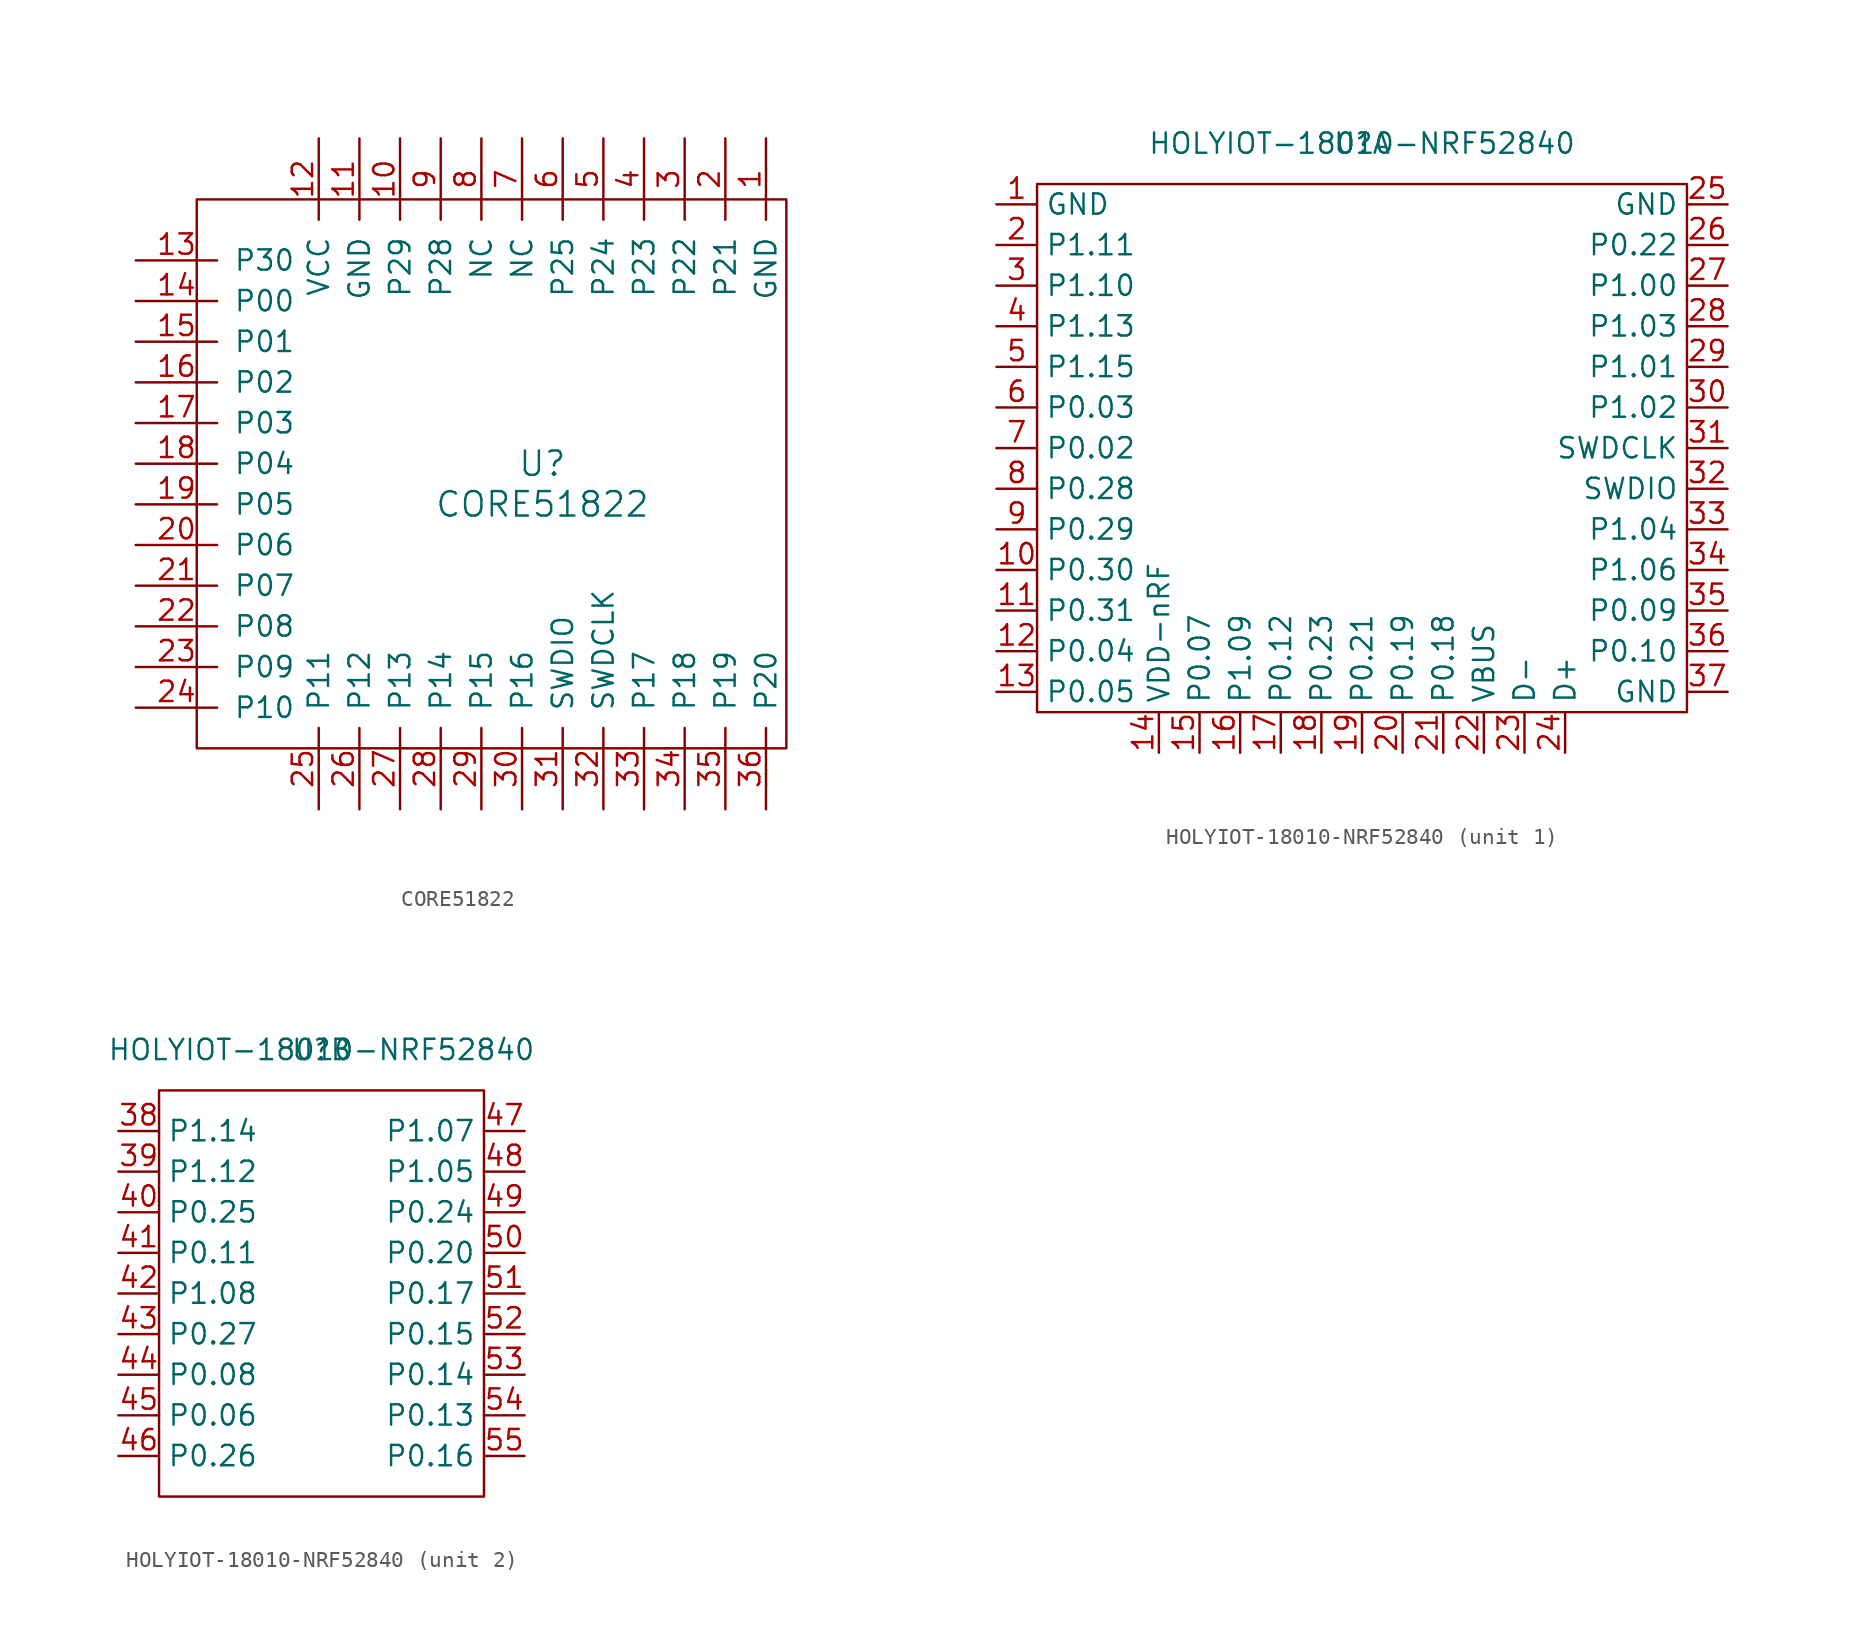
<source format=kicad_sym>
(kicad_symbol_lib
  (version 20201005)
  (generator kicad_symbol_editor)
  (symbol "blackwing:CORE51822"
    (pin_names
      (offset 1.016))
    (property "Reference" "U"
      (at 15.24 -17.78 0)
      (effects (font (size 1.524 1.524))))
    (property "Value" "CORE51822"
      (at 15.24 -20.32 0)
      (effects (font (size 1.524 1.524))))
    (symbol "CORE51822_0_1"
      (rectangle (start 30.48 -1.27) (end -6.35 -35.56) (stroke (width 0)) (fill (type none))))
    (symbol "CORE51822_1_1"
      (pin power_in line (at 29.21 2.54 270) (length 5.08) (name "GND" (effects (font (size 1.27 1.27)))) (number "1" (effects (font (size 1.27 1.27)))))
      (pin bidirectional line (at 6.35 2.54 270) (length 5.08) (name "P29" (effects (font (size 1.27 1.27)))) (number "10" (effects (font (size 1.27 1.27)))))
      (pin power_in line (at 3.81 2.54 270) (length 5.08) (name "GND" (effects (font (size 1.27 1.27)))) (number "11" (effects (font (size 1.27 1.27)))))
      (pin power_in line (at 1.27 2.54 270) (length 5.08) (name "VCC" (effects (font (size 1.27 1.27)))) (number "12" (effects (font (size 1.27 1.27)))))
      (pin bidirectional line (at -10.16 -5.08 0) (length 5.08) (name "P30" (effects (font (size 1.27 1.27)))) (number "13" (effects (font (size 1.27 1.27)))))
      (pin bidirectional line (at -10.16 -7.62 0) (length 5.08) (name "P00" (effects (font (size 1.27 1.27)))) (number "14" (effects (font (size 1.27 1.27)))))
      (pin bidirectional line (at -10.16 -10.16 0) (length 5.08) (name "P01" (effects (font (size 1.27 1.27)))) (number "15" (effects (font (size 1.27 1.27)))))
      (pin bidirectional line (at -10.16 -12.7 0) (length 5.08) (name "P02" (effects (font (size 1.27 1.27)))) (number "16" (effects (font (size 1.27 1.27)))))
      (pin bidirectional line (at -10.16 -15.24 0) (length 5.08) (name "P03" (effects (font (size 1.27 1.27)))) (number "17" (effects (font (size 1.27 1.27)))))
      (pin bidirectional line (at -10.16 -17.78 0) (length 5.08) (name "P04" (effects (font (size 1.27 1.27)))) (number "18" (effects (font (size 1.27 1.27)))))
      (pin bidirectional line (at -10.16 -20.32 0) (length 5.08) (name "P05" (effects (font (size 1.27 1.27)))) (number "19" (effects (font (size 1.27 1.27)))))
      (pin bidirectional line (at 26.67 2.54 270) (length 5.08) (name "P21" (effects (font (size 1.27 1.27)))) (number "2" (effects (font (size 1.27 1.27)))))
      (pin bidirectional line (at -10.16 -22.86 0) (length 5.08) (name "P06" (effects (font (size 1.27 1.27)))) (number "20" (effects (font (size 1.27 1.27)))))
      (pin bidirectional line (at -10.16 -25.4 0) (length 5.08) (name "P07" (effects (font (size 1.27 1.27)))) (number "21" (effects (font (size 1.27 1.27)))))
      (pin bidirectional line (at -10.16 -27.94 0) (length 5.08) (name "P08" (effects (font (size 1.27 1.27)))) (number "22" (effects (font (size 1.27 1.27)))))
      (pin output line (at -10.16 -30.48 0) (length 5.08) (name "P09" (effects (font (size 1.27 1.27)))) (number "23" (effects (font (size 1.27 1.27)))))
      (pin input line (at -10.16 -33.02 0) (length 5.08) (name "P10" (effects (font (size 1.27 1.27)))) (number "24" (effects (font (size 1.27 1.27)))))
      (pin bidirectional line (at 1.27 -39.37 90) (length 5.08) (name "P11" (effects (font (size 1.27 1.27)))) (number "25" (effects (font (size 1.27 1.27)))))
      (pin bidirectional line (at 3.81 -39.37 90) (length 5.08) (name "P12" (effects (font (size 1.27 1.27)))) (number "26" (effects (font (size 1.27 1.27)))))
      (pin bidirectional line (at 6.35 -39.37 90) (length 5.08) (name "P13" (effects (font (size 1.27 1.27)))) (number "27" (effects (font (size 1.27 1.27)))))
      (pin bidirectional line (at 8.89 -39.37 90) (length 5.08) (name "P14" (effects (font (size 1.27 1.27)))) (number "28" (effects (font (size 1.27 1.27)))))
      (pin bidirectional line (at 11.43 -39.37 90) (length 5.08) (name "P15" (effects (font (size 1.27 1.27)))) (number "29" (effects (font (size 1.27 1.27)))))
      (pin bidirectional line (at 24.13 2.54 270) (length 5.08) (name "P22" (effects (font (size 1.27 1.27)))) (number "3" (effects (font (size 1.27 1.27)))))
      (pin bidirectional line (at 13.97 -39.37 90) (length 5.08) (name "P16" (effects (font (size 1.27 1.27)))) (number "30" (effects (font (size 1.27 1.27)))))
      (pin bidirectional line (at 16.51 -39.37 90) (length 5.08) (name "SWDIO" (effects (font (size 1.27 1.27)))) (number "31" (effects (font (size 1.27 1.27)))))
      (pin bidirectional line (at 19.05 -39.37 90) (length 5.08) (name "SWDCLK" (effects (font (size 1.27 1.27)))) (number "32" (effects (font (size 1.27 1.27)))))
      (pin bidirectional line (at 21.59 -39.37 90) (length 5.08) (name "P17" (effects (font (size 1.27 1.27)))) (number "33" (effects (font (size 1.27 1.27)))))
      (pin bidirectional line (at 24.13 -39.37 90) (length 5.08) (name "P18" (effects (font (size 1.27 1.27)))) (number "34" (effects (font (size 1.27 1.27)))))
      (pin bidirectional line (at 26.67 -39.37 90) (length 5.08) (name "P19" (effects (font (size 1.27 1.27)))) (number "35" (effects (font (size 1.27 1.27)))))
      (pin bidirectional line (at 29.21 -39.37 90) (length 5.08) (name "P20" (effects (font (size 1.27 1.27)))) (number "36" (effects (font (size 1.27 1.27)))))
      (pin bidirectional line (at 21.59 2.54 270) (length 5.08) (name "P23" (effects (font (size 1.27 1.27)))) (number "4" (effects (font (size 1.27 1.27)))))
      (pin bidirectional line (at 19.05 2.54 270) (length 5.08) (name "P24" (effects (font (size 1.27 1.27)))) (number "5" (effects (font (size 1.27 1.27)))))
      (pin bidirectional line (at 16.51 2.54 270) (length 5.08) (name "P25" (effects (font (size 1.27 1.27)))) (number "6" (effects (font (size 1.27 1.27)))))
      (pin passive line (at 13.97 2.54 270) (length 5.08) (name "NC" (effects (font (size 1.27 1.27)))) (number "7" (effects (font (size 1.27 1.27)))))
      (pin passive line (at 11.43 2.54 270) (length 5.08) (name "NC" (effects (font (size 1.27 1.27)))) (number "8" (effects (font (size 1.27 1.27)))))
      (pin bidirectional line (at 8.89 2.54 270) (length 5.08) (name "P28" (effects (font (size 1.27 1.27)))) (number "9" (effects (font (size 1.27 1.27)))))))
  (symbol "blackwing:HOLYIOT-18010-NRF52840"
    (property "Reference" "U"
      (at 0 0 0)
      (effects (font (size 1.27 1.27))))
    (property "Value" "HOLYIOT-18010-NRF52840"
      (at 0 0 0)
      (effects (font (size 1.27 1.27))))
    (property "ki_locked" ""
      (at 0 0 0)
      (effects (font (size 1.27 1.27))))
    (symbol "HOLYIOT-18010-NRF52840_1_1"
      (rectangle (start -20.32 -2.54) (end 20.32 -35.56) (stroke (width 0.152)) (fill (type none)))
      (pin power_in line (at -22.86 -3.81 0) (length 2.54) (name "GND" (effects (font (size 1.27 1.27)))) (number "1" (effects (font (size 1.27 1.27)))))
      (pin bidirectional line (at -22.86 -26.67 0) (length 2.54) (name "P0.30" (effects (font (size 1.27 1.27)))) (number "10" (effects (font (size 1.27 1.27)))))
      (pin bidirectional line (at -22.86 -29.21 0) (length 2.54) (name "P0.31" (effects (font (size 1.27 1.27)))) (number "11" (effects (font (size 1.27 1.27)))))
      (pin bidirectional line (at -22.86 -31.75 0) (length 2.54) (name "P0.04" (effects (font (size 1.27 1.27)))) (number "12" (effects (font (size 1.27 1.27)))))
      (pin bidirectional line (at -22.86 -34.29 0) (length 2.54) (name "P0.05" (effects (font (size 1.27 1.27)))) (number "13" (effects (font (size 1.27 1.27)))))
      (pin power_in line (at -12.7 -38.1 90) (length 2.54) (name "VDD-nRF" (effects (font (size 1.27 1.27)))) (number "14" (effects (font (size 1.27 1.27)))))
      (pin bidirectional line (at -10.16 -38.1 90) (length 2.54) (name "P0.07" (effects (font (size 1.27 1.27)))) (number "15" (effects (font (size 1.27 1.27)))))
      (pin bidirectional line (at -7.62 -38.1 90) (length 2.54) (name "P1.09" (effects (font (size 1.27 1.27)))) (number "16" (effects (font (size 1.27 1.27)))))
      (pin bidirectional line (at -5.08 -38.1 90) (length 2.54) (name "P0.12" (effects (font (size 1.27 1.27)))) (number "17" (effects (font (size 1.27 1.27)))))
      (pin bidirectional line (at -2.54 -38.1 90) (length 2.54) (name "P0.23" (effects (font (size 1.27 1.27)))) (number "18" (effects (font (size 1.27 1.27)))))
      (pin bidirectional line (at 0 -38.1 90) (length 2.54) (name "P0.21" (effects (font (size 1.27 1.27)))) (number "19" (effects (font (size 1.27 1.27)))))
      (pin bidirectional line (at -22.86 -6.35 0) (length 2.54) (name "P1.11" (effects (font (size 1.27 1.27)))) (number "2" (effects (font (size 1.27 1.27)))))
      (pin bidirectional line (at 2.54 -38.1 90) (length 2.54) (name "P0.19" (effects (font (size 1.27 1.27)))) (number "20" (effects (font (size 1.27 1.27)))))
      (pin bidirectional line (at 5.08 -38.1 90) (length 2.54) (name "P0.18" (effects (font (size 1.27 1.27)))) (number "21" (effects (font (size 1.27 1.27)))))
      (pin power_in line (at 7.62 -38.1 90) (length 2.54) (name "VBUS" (effects (font (size 1.27 1.27)))) (number "22" (effects (font (size 1.27 1.27)))))
      (pin bidirectional line (at 10.16 -38.1 90) (length 2.54) (name "D-" (effects (font (size 1.27 1.27)))) (number "23" (effects (font (size 1.27 1.27)))))
      (pin bidirectional line (at 12.7 -38.1 90) (length 2.54) (name "D+" (effects (font (size 1.27 1.27)))) (number "24" (effects (font (size 1.27 1.27)))))
      (pin power_in line (at 22.86 -3.81 180) (length 2.54) (name "GND" (effects (font (size 1.27 1.27)))) (number "25" (effects (font (size 1.27 1.27)))))
      (pin bidirectional line (at 22.86 -6.35 180) (length 2.54) (name "P0.22" (effects (font (size 1.27 1.27)))) (number "26" (effects (font (size 1.27 1.27)))))
      (pin bidirectional line (at 22.86 -8.89 180) (length 2.54) (name "P1.00" (effects (font (size 1.27 1.27)))) (number "27" (effects (font (size 1.27 1.27)))))
      (pin bidirectional line (at 22.86 -11.43 180) (length 2.54) (name "P1.03" (effects (font (size 1.27 1.27)))) (number "28" (effects (font (size 1.27 1.27)))))
      (pin bidirectional line (at 22.86 -13.97 180) (length 2.54) (name "P1.01" (effects (font (size 1.27 1.27)))) (number "29" (effects (font (size 1.27 1.27)))))
      (pin bidirectional line (at -22.86 -8.89 0) (length 2.54) (name "P1.10" (effects (font (size 1.27 1.27)))) (number "3" (effects (font (size 1.27 1.27)))))
      (pin bidirectional line (at 22.86 -16.51 180) (length 2.54) (name "P1.02" (effects (font (size 1.27 1.27)))) (number "30" (effects (font (size 1.27 1.27)))))
      (pin bidirectional line (at 22.86 -19.05 180) (length 2.54) (name "SWDCLK" (effects (font (size 1.27 1.27)))) (number "31" (effects (font (size 1.27 1.27)))))
      (pin bidirectional line (at 22.86 -21.59 180) (length 2.54) (name "SWDIO" (effects (font (size 1.27 1.27)))) (number "32" (effects (font (size 1.27 1.27)))))
      (pin bidirectional line (at 22.86 -24.13 180) (length 2.54) (name "P1.04" (effects (font (size 1.27 1.27)))) (number "33" (effects (font (size 1.27 1.27)))))
      (pin bidirectional line (at 22.86 -26.67 180) (length 2.54) (name "P1.06" (effects (font (size 1.27 1.27)))) (number "34" (effects (font (size 1.27 1.27)))))
      (pin bidirectional line (at 22.86 -29.21 180) (length 2.54) (name "P0.09" (effects (font (size 1.27 1.27)))) (number "35" (effects (font (size 1.27 1.27)))))
      (pin bidirectional line (at 22.86 -31.75 180) (length 2.54) (name "P0.10" (effects (font (size 1.27 1.27)))) (number "36" (effects (font (size 1.27 1.27)))))
      (pin power_in line (at 22.86 -34.29 180) (length 2.54) (name "GND" (effects (font (size 1.27 1.27)))) (number "37" (effects (font (size 1.27 1.27)))))
      (pin bidirectional line (at -22.86 -11.43 0) (length 2.54) (name "P1.13" (effects (font (size 1.27 1.27)))) (number "4" (effects (font (size 1.27 1.27)))))
      (pin bidirectional line (at -22.86 -13.97 0) (length 2.54) (name "P1.15" (effects (font (size 1.27 1.27)))) (number "5" (effects (font (size 1.27 1.27)))))
      (pin bidirectional line (at -22.86 -16.51 0) (length 2.54) (name "P0.03" (effects (font (size 1.27 1.27)))) (number "6" (effects (font (size 1.27 1.27)))))
      (pin bidirectional line (at -22.86 -19.05 0) (length 2.54) (name "P0.02" (effects (font (size 1.27 1.27)))) (number "7" (effects (font (size 1.27 1.27)))))
      (pin bidirectional line (at -22.86 -21.59 0) (length 2.54) (name "P0.28" (effects (font (size 1.27 1.27)))) (number "8" (effects (font (size 1.27 1.27)))))
      (pin bidirectional line (at -22.86 -24.13 0) (length 2.54) (name "P0.29" (effects (font (size 1.27 1.27)))) (number "9" (effects (font (size 1.27 1.27))))))
    (symbol "HOLYIOT-18010-NRF52840_2_1"
      (rectangle (start 10.16 -27.94) (end -10.16 -2.54) (stroke (width 0.152)) (fill (type none)))
      (pin bidirectional line (at -12.7 -5.08 0) (length 2.54) (name "P1.14" (effects (font (size 1.27 1.27)))) (number "38" (effects (font (size 1.27 1.27)))))
      (pin bidirectional line (at -12.7 -7.62 0) (length 2.54) (name "P1.12" (effects (font (size 1.27 1.27)))) (number "39" (effects (font (size 1.27 1.27)))))
      (pin bidirectional line (at -12.7 -10.16 0) (length 2.54) (name "P0.25" (effects (font (size 1.27 1.27)))) (number "40" (effects (font (size 1.27 1.27)))))
      (pin bidirectional line (at -12.7 -12.7 0) (length 2.54) (name "P0.11" (effects (font (size 1.27 1.27)))) (number "41" (effects (font (size 1.27 1.27)))))
      (pin bidirectional line (at -12.7 -15.24 0) (length 2.54) (name "P1.08" (effects (font (size 1.27 1.27)))) (number "42" (effects (font (size 1.27 1.27)))))
      (pin bidirectional line (at -12.7 -17.78 0) (length 2.54) (name "P0.27" (effects (font (size 1.27 1.27)))) (number "43" (effects (font (size 1.27 1.27)))))
      (pin bidirectional line (at -12.7 -20.32 0) (length 2.54) (name "P0.08" (effects (font (size 1.27 1.27)))) (number "44" (effects (font (size 1.27 1.27)))))
      (pin bidirectional line (at -12.7 -22.86 0) (length 2.54) (name "P0.06" (effects (font (size 1.27 1.27)))) (number "45" (effects (font (size 1.27 1.27)))))
      (pin bidirectional line (at -12.7 -25.4 0) (length 2.54) (name "P0.26" (effects (font (size 1.27 1.27)))) (number "46" (effects (font (size 1.27 1.27)))))
      (pin bidirectional line (at 12.7 -5.08 180) (length 2.54) (name "P1.07" (effects (font (size 1.27 1.27)))) (number "47" (effects (font (size 1.27 1.27)))))
      (pin bidirectional line (at 12.7 -7.62 180) (length 2.54) (name "P1.05" (effects (font (size 1.27 1.27)))) (number "48" (effects (font (size 1.27 1.27)))))
      (pin bidirectional line (at 12.7 -10.16 180) (length 2.54) (name "P0.24" (effects (font (size 1.27 1.27)))) (number "49" (effects (font (size 1.27 1.27)))))
      (pin bidirectional line (at 12.7 -12.7 180) (length 2.54) (name "P0.20" (effects (font (size 1.27 1.27)))) (number "50" (effects (font (size 1.27 1.27)))))
      (pin bidirectional line (at 12.7 -15.24 180) (length 2.54) (name "P0.17" (effects (font (size 1.27 1.27)))) (number "51" (effects (font (size 1.27 1.27)))))
      (pin bidirectional line (at 12.7 -17.78 180) (length 2.54) (name "P0.15" (effects (font (size 1.27 1.27)))) (number "52" (effects (font (size 1.27 1.27)))))
      (pin bidirectional line (at 12.7 -20.32 180) (length 2.54) (name "P0.14" (effects (font (size 1.27 1.27)))) (number "53" (effects (font (size 1.27 1.27)))))
      (pin bidirectional line (at 12.7 -22.86 180) (length 2.54) (name "P0.13" (effects (font (size 1.27 1.27)))) (number "54" (effects (font (size 1.27 1.27)))))
      (pin bidirectional line (at 12.7 -25.4 180) (length 2.54) (name "P0.16" (effects (font (size 1.27 1.27)))) (number "55" (effects (font (size 1.27 1.27))))))))
</source>
